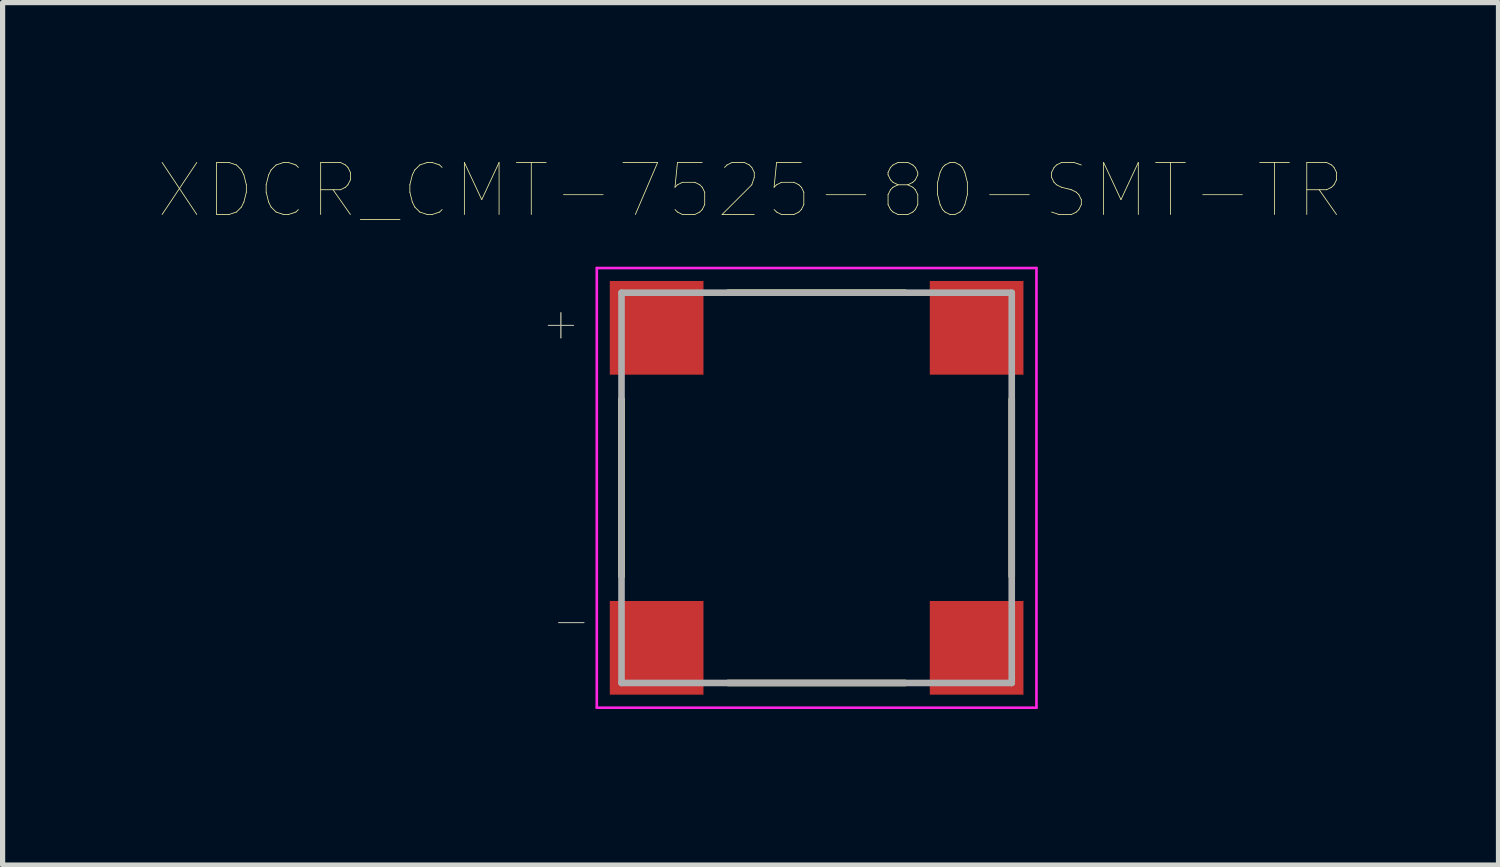
<source format=kicad_pcb>
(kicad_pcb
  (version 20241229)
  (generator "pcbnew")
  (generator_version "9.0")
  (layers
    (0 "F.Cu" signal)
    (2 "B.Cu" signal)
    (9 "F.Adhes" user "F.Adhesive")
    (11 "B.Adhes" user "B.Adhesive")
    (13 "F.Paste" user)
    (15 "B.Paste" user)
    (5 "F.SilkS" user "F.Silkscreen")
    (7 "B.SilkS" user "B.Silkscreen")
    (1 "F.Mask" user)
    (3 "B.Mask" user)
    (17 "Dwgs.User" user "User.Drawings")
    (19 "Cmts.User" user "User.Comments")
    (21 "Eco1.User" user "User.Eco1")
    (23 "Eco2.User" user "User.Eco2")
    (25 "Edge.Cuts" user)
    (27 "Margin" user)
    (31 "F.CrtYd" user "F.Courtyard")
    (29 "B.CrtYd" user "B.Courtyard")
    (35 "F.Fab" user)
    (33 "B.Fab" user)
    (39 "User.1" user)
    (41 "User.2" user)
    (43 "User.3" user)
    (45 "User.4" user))
  (footprint "XDCR_CMT-7525-80-SMT-TR"
    (layer "F.Cu")
    (at 12.645 6.326)
    (property "Reference" "XDCR_CMT-7525-80-SMT-TR" (at -1.27 -5.715 0) (layer "F.SilkS") (effects (font (size 1 1) (thickness 0.015))))
    (attr through_hole)
    (fp_line (start -3.75 -1.7) (end -3.75 1.7) (stroke (width 0.127) (type solid)) (layer "F.SilkS"))
    (fp_line (start -1.7 3.75) (end 1.7 3.75) (stroke (width 0.127) (type solid)) (layer "F.SilkS"))
    (fp_line (start 1.7 -3.75) (end -1.7 -3.75) (stroke (width 0.127) (type solid)) (layer "F.SilkS"))
    (fp_line (start 3.75 1.7) (end 3.75 -1.7) (stroke (width 0.127) (type solid)) (layer "F.SilkS"))
    (fp_line (start -4.225 -4.225) (end 4.225 -4.225) (stroke (width 0.05) (type solid)) (layer "F.CrtYd"))
    (fp_line (start -4.225 4.225) (end -4.225 -4.225) (stroke (width 0.05) (type solid)) (layer "F.CrtYd"))
    (fp_line (start 4.225 -4.225) (end 4.225 4.225) (stroke (width 0.05) (type solid)) (layer "F.CrtYd"))
    (fp_line (start 4.225 4.225) (end -4.225 4.225) (stroke (width 0.05) (type solid)) (layer "F.CrtYd"))
    (fp_line (start -3.75 -3.75) (end -3.75 3.75) (stroke (width 0.127) (type solid)) (layer "F.Fab"))
    (fp_line (start -3.75 3.75) (end 3.75 3.75) (stroke (width 0.127) (type solid)) (layer "F.Fab"))
    (fp_line (start 3.75 -3.75) (end -3.75 -3.75) (stroke (width 0.127) (type solid)) (layer "F.Fab"))
    (fp_line (start 3.75 3.75) (end 3.75 -3.75) (stroke (width 0.127) (type solid)) (layer "F.Fab"))
    (fp_text user "-" (at -4.715 2.54 0) (layer "F.SilkS") (effects (font (size 0.64 0.64) (thickness 0.015))))
    (fp_text user "+" (at -4.915 -3.175 0) (layer "F.SilkS") (effects (font (size 0.64 0.64) (thickness 0.015))))
    (fp_text user "+" (at -4.915 -3.175 0) (layer "F.Fab") (effects (font (size 0.64 0.64) (thickness 0.015))))
    (fp_text user "-" (at -4.715 2.54 0) (layer "F.Fab") (effects (font (size 0.64 0.64) (thickness 0.015))))
    (pad "1" smd rect (at 3.075 -3.075) (size 1.8 1.8) (layers "F.Cu" "F.Mask" "F.Paste"))
    (pad "2" smd rect (at 3.075 3.075) (size 1.8 1.8) (layers "F.Cu" "F.Mask" "F.Paste"))
    (pad "N" smd rect (at -3.075 3.075) (size 1.8 1.8) (layers "F.Cu" "F.Mask" "F.Paste"))
    (pad "P" smd rect (at -3.075 -3.075) (size 1.8 1.8) (layers "F.Cu" "F.Mask" "F.Paste")))
  (gr_rect
    (start -3 -3)
    (end 25.75 13.576)
    (stroke (width 0.1) (type default))
    (fill no)
    (layer "Edge.Cuts")))
</source>
